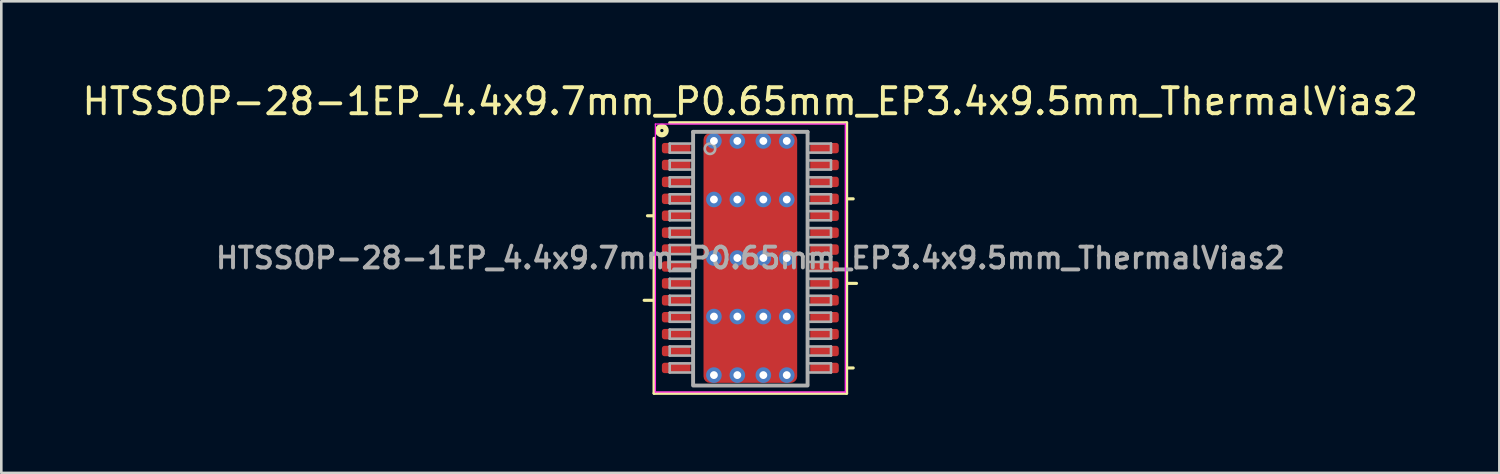
<source format=kicad_pcb>
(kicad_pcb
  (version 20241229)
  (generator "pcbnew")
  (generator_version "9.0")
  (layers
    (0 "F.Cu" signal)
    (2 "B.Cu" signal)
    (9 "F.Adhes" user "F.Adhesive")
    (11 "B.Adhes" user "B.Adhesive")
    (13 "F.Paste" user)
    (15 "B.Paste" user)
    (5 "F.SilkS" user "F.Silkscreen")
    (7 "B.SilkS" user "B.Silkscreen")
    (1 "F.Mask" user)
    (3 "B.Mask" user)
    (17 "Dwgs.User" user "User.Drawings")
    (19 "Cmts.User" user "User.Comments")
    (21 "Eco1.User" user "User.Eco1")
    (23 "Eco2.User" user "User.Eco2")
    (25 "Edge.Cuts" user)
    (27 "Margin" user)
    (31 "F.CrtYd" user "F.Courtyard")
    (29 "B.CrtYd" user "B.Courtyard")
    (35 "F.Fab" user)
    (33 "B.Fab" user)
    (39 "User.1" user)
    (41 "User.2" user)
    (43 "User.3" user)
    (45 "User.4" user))
  (footprint "HTSSOP-28-1EP_4.4x9.7mm_P0.65mm_EP3.4x9.5mm_ThermalVias2"
    (layer "F.Cu")
    (at 25.792 6.868)
    (property "Reference" "HTSSOP-28-1EP_4.4x9.7mm_P0.65mm_EP3.4x9.5mm_ThermalVias2" (at 0 -6.02 0) (layer "F.SilkS") (effects (font (size 1 1) (thickness 0.15))))
    (attr smd)
    (fp_line (start -3.7 -1.625) (end -3.954 -1.625) (stroke (width 0.12) (type solid)) (layer "F.SilkS"))
    (fp_line (start -3.7 1.625) (end -4.081 1.625) (stroke (width 0.12) (type solid)) (layer "F.SilkS"))
    (fp_line (start -3.7 5.2) (end -3.7 -4.6) (stroke (width 0.12) (type solid)) (layer "F.SilkS"))
    (fp_line (start -3.1 -5.2) (end 3.7 -5.2) (stroke (width 0.12) (type solid)) (layer "F.SilkS"))
    (fp_line (start 3.7 -5.2) (end 3.7 5.2) (stroke (width 0.12) (type solid)) (layer "F.SilkS"))
    (fp_line (start 3.7 -2.275) (end 3.954 -2.275) (stroke (width 0.12) (type solid)) (layer "F.SilkS"))
    (fp_line (start 3.7 0.975) (end 4.081 0.975) (stroke (width 0.12) (type solid)) (layer "F.SilkS"))
    (fp_line (start 3.7 4.225) (end 3.954 4.225) (stroke (width 0.12) (type solid)) (layer "F.SilkS"))
    (fp_line (start 3.7 5.2) (end -3.7 5.2) (stroke (width 0.12) (type solid)) (layer "F.SilkS"))
    (fp_circle (center -3.4 -4.9) (end -3.337 -4.9) (stroke (width 0.2) (type solid)) (fill no) (layer "F.SilkS"))
    (fp_line (start -3.65 -5.15) (end -3.65 5.15) (stroke (width 0.05) (type solid)) (layer "F.CrtYd"))
    (fp_line (start -3.65 -5.15) (end 3.65 -5.15) (stroke (width 0.05) (type solid)) (layer "F.CrtYd"))
    (fp_line (start -3.65 5.15) (end 3.65 5.15) (stroke (width 0.05) (type solid)) (layer "F.CrtYd"))
    (fp_line (start 3.65 -5.15) (end 3.65 5.15) (stroke (width 0.05) (type solid)) (layer "F.CrtYd"))
    (fp_line (start -3.1 -4.4) (end -3.1 -4.05) (stroke (width 0.1) (type solid)) (layer "F.Fab"))
    (fp_line (start -3.1 -4.4) (end -2.2 -4.4) (stroke (width 0.1) (type solid)) (layer "F.Fab"))
    (fp_line (start -3.1 -4.05) (end -2.2 -4.05) (stroke (width 0.1) (type solid)) (layer "F.Fab"))
    (fp_line (start -3.1 -3.75) (end -3.1 -3.4) (stroke (width 0.1) (type solid)) (layer "F.Fab"))
    (fp_line (start -3.1 -3.75) (end -2.2 -3.75) (stroke (width 0.1) (type solid)) (layer "F.Fab"))
    (fp_line (start -3.1 -3.4) (end -2.2 -3.4) (stroke (width 0.1) (type solid)) (layer "F.Fab"))
    (fp_line (start -3.1 -3.1) (end -3.1 -2.75) (stroke (width 0.1) (type solid)) (layer "F.Fab"))
    (fp_line (start -3.1 -3.1) (end -2.2 -3.1) (stroke (width 0.1) (type solid)) (layer "F.Fab"))
    (fp_line (start -3.1 -2.75) (end -2.2 -2.75) (stroke (width 0.1) (type solid)) (layer "F.Fab"))
    (fp_line (start -3.1 -2.45) (end -3.1 -2.1) (stroke (width 0.1) (type solid)) (layer "F.Fab"))
    (fp_line (start -3.1 -2.45) (end -2.2 -2.45) (stroke (width 0.1) (type solid)) (layer "F.Fab"))
    (fp_line (start -3.1 -2.1) (end -2.2 -2.1) (stroke (width 0.1) (type solid)) (layer "F.Fab"))
    (fp_line (start -3.1 -1.8) (end -3.1 -1.45) (stroke (width 0.1) (type solid)) (layer "F.Fab"))
    (fp_line (start -3.1 -1.8) (end -2.2 -1.8) (stroke (width 0.1) (type solid)) (layer "F.Fab"))
    (fp_line (start -3.1 -1.45) (end -2.2 -1.45) (stroke (width 0.1) (type solid)) (layer "F.Fab"))
    (fp_line (start -3.1 -1.15) (end -3.1 -0.8) (stroke (width 0.1) (type solid)) (layer "F.Fab"))
    (fp_line (start -3.1 -1.15) (end -2.2 -1.15) (stroke (width 0.1) (type solid)) (layer "F.Fab"))
    (fp_line (start -3.1 -0.8) (end -2.2 -0.8) (stroke (width 0.1) (type solid)) (layer "F.Fab"))
    (fp_line (start -3.1 -0.5) (end -3.1 -0.15) (stroke (width 0.1) (type solid)) (layer "F.Fab"))
    (fp_line (start -3.1 -0.5) (end -2.2 -0.5) (stroke (width 0.1) (type solid)) (layer "F.Fab"))
    (fp_line (start -3.1 -0.15) (end -2.2 -0.15) (stroke (width 0.1) (type solid)) (layer "F.Fab"))
    (fp_line (start -3.1 0.15) (end -3.1 0.5) (stroke (width 0.1) (type solid)) (layer "F.Fab"))
    (fp_line (start -3.1 0.15) (end -2.2 0.15) (stroke (width 0.1) (type solid)) (layer "F.Fab"))
    (fp_line (start -3.1 0.5) (end -2.2 0.5) (stroke (width 0.1) (type solid)) (layer "F.Fab"))
    (fp_line (start -3.1 0.8) (end -3.1 1.15) (stroke (width 0.1) (type solid)) (layer "F.Fab"))
    (fp_line (start -3.1 0.8) (end -2.2 0.8) (stroke (width 0.1) (type solid)) (layer "F.Fab"))
    (fp_line (start -3.1 1.15) (end -2.2 1.15) (stroke (width 0.1) (type solid)) (layer "F.Fab"))
    (fp_line (start -3.1 1.45) (end -3.1 1.8) (stroke (width 0.1) (type solid)) (layer "F.Fab"))
    (fp_line (start -3.1 1.45) (end -2.2 1.45) (stroke (width 0.1) (type solid)) (layer "F.Fab"))
    (fp_line (start -3.1 1.8) (end -2.2 1.8) (stroke (width 0.1) (type solid)) (layer "F.Fab"))
    (fp_line (start -3.1 2.1) (end -3.1 2.45) (stroke (width 0.1) (type solid)) (layer "F.Fab"))
    (fp_line (start -3.1 2.1) (end -2.2 2.1) (stroke (width 0.1) (type solid)) (layer "F.Fab"))
    (fp_line (start -3.1 2.45) (end -2.2 2.45) (stroke (width 0.1) (type solid)) (layer "F.Fab"))
    (fp_line (start -3.1 2.75) (end -3.1 3.1) (stroke (width 0.1) (type solid)) (layer "F.Fab"))
    (fp_line (start -3.1 2.75) (end -2.2 2.75) (stroke (width 0.1) (type solid)) (layer "F.Fab"))
    (fp_line (start -3.1 3.1) (end -2.2 3.1) (stroke (width 0.1) (type solid)) (layer "F.Fab"))
    (fp_line (start -3.1 3.4) (end -3.1 3.75) (stroke (width 0.1) (type solid)) (layer "F.Fab"))
    (fp_line (start -3.1 3.4) (end -2.2 3.4) (stroke (width 0.1) (type solid)) (layer "F.Fab"))
    (fp_line (start -3.1 3.75) (end -2.2 3.75) (stroke (width 0.1) (type solid)) (layer "F.Fab"))
    (fp_line (start -3.1 4.05) (end -3.1 4.4) (stroke (width 0.1) (type solid)) (layer "F.Fab"))
    (fp_line (start -3.1 4.05) (end -2.2 4.05) (stroke (width 0.1) (type solid)) (layer "F.Fab"))
    (fp_line (start -3.1 4.4) (end -2.2 4.4) (stroke (width 0.1) (type solid)) (layer "F.Fab"))
    (fp_line (start -2.2 -4.85) (end 2.2 -4.85) (stroke (width 0.15) (type solid)) (layer "F.Fab"))
    (fp_line (start -2.2 4.85) (end -2.2 -4.85) (stroke (width 0.15) (type solid)) (layer "F.Fab"))
    (fp_line (start 2.2 -4.85) (end 2.2 4.85) (stroke (width 0.15) (type solid)) (layer "F.Fab"))
    (fp_line (start 2.2 4.901) (end -2.2 4.901) (stroke (width 0.15) (type solid)) (layer "F.Fab"))
    (fp_line (start 3.1 -4.4) (end 2.2 -4.4) (stroke (width 0.1) (type solid)) (layer "F.Fab"))
    (fp_line (start 3.1 -4.05) (end 2.2 -4.05) (stroke (width 0.1) (type solid)) (layer "F.Fab"))
    (fp_line (start 3.1 -4.05) (end 3.1 -4.4) (stroke (width 0.1) (type solid)) (layer "F.Fab"))
    (fp_line (start 3.1 -3.75) (end 2.2 -3.75) (stroke (width 0.1) (type solid)) (layer "F.Fab"))
    (fp_line (start 3.1 -3.4) (end 2.2 -3.4) (stroke (width 0.1) (type solid)) (layer "F.Fab"))
    (fp_line (start 3.1 -3.4) (end 3.1 -3.75) (stroke (width 0.1) (type solid)) (layer "F.Fab"))
    (fp_line (start 3.1 -3.1) (end 2.2 -3.1) (stroke (width 0.1) (type solid)) (layer "F.Fab"))
    (fp_line (start 3.1 -2.75) (end 2.2 -2.75) (stroke (width 0.1) (type solid)) (layer "F.Fab"))
    (fp_line (start 3.1 -2.75) (end 3.1 -3.1) (stroke (width 0.1) (type solid)) (layer "F.Fab"))
    (fp_line (start 3.1 -2.45) (end 2.2 -2.45) (stroke (width 0.1) (type solid)) (layer "F.Fab"))
    (fp_line (start 3.1 -2.1) (end 2.2 -2.1) (stroke (width 0.1) (type solid)) (layer "F.Fab"))
    (fp_line (start 3.1 -2.1) (end 3.1 -2.45) (stroke (width 0.1) (type solid)) (layer "F.Fab"))
    (fp_line (start 3.1 -1.8) (end 2.2 -1.8) (stroke (width 0.1) (type solid)) (layer "F.Fab"))
    (fp_line (start 3.1 -1.45) (end 2.2 -1.45) (stroke (width 0.1) (type solid)) (layer "F.Fab"))
    (fp_line (start 3.1 -1.45) (end 3.1 -1.8) (stroke (width 0.1) (type solid)) (layer "F.Fab"))
    (fp_line (start 3.1 -1.15) (end 2.2 -1.15) (stroke (width 0.1) (type solid)) (layer "F.Fab"))
    (fp_line (start 3.1 -0.8) (end 2.2 -0.8) (stroke (width 0.1) (type solid)) (layer "F.Fab"))
    (fp_line (start 3.1 -0.8) (end 3.1 -1.15) (stroke (width 0.1) (type solid)) (layer "F.Fab"))
    (fp_line (start 3.1 -0.5) (end 2.2 -0.5) (stroke (width 0.1) (type solid)) (layer "F.Fab"))
    (fp_line (start 3.1 -0.15) (end 2.2 -0.15) (stroke (width 0.1) (type solid)) (layer "F.Fab"))
    (fp_line (start 3.1 -0.15) (end 3.1 -0.5) (stroke (width 0.1) (type solid)) (layer "F.Fab"))
    (fp_line (start 3.1 0.15) (end 2.2 0.15) (stroke (width 0.1) (type solid)) (layer "F.Fab"))
    (fp_line (start 3.1 0.5) (end 2.2 0.5) (stroke (width 0.1) (type solid)) (layer "F.Fab"))
    (fp_line (start 3.1 0.5) (end 3.1 0.15) (stroke (width 0.1) (type solid)) (layer "F.Fab"))
    (fp_line (start 3.1 0.8) (end 2.2 0.8) (stroke (width 0.1) (type solid)) (layer "F.Fab"))
    (fp_line (start 3.1 1.15) (end 2.2 1.15) (stroke (width 0.1) (type solid)) (layer "F.Fab"))
    (fp_line (start 3.1 1.15) (end 3.1 0.8) (stroke (width 0.1) (type solid)) (layer "F.Fab"))
    (fp_line (start 3.1 1.45) (end 2.2 1.45) (stroke (width 0.1) (type solid)) (layer "F.Fab"))
    (fp_line (start 3.1 1.8) (end 2.2 1.8) (stroke (width 0.1) (type solid)) (layer "F.Fab"))
    (fp_line (start 3.1 1.8) (end 3.1 1.45) (stroke (width 0.1) (type solid)) (layer "F.Fab"))
    (fp_line (start 3.1 2.1) (end 2.2 2.1) (stroke (width 0.1) (type solid)) (layer "F.Fab"))
    (fp_line (start 3.1 2.45) (end 2.2 2.45) (stroke (width 0.1) (type solid)) (layer "F.Fab"))
    (fp_line (start 3.1 2.45) (end 3.1 2.1) (stroke (width 0.1) (type solid)) (layer "F.Fab"))
    (fp_line (start 3.1 2.75) (end 2.2 2.75) (stroke (width 0.1) (type solid)) (layer "F.Fab"))
    (fp_line (start 3.1 3.1) (end 2.2 3.1) (stroke (width 0.1) (type solid)) (layer "F.Fab"))
    (fp_line (start 3.1 3.1) (end 3.1 2.75) (stroke (width 0.1) (type solid)) (layer "F.Fab"))
    (fp_line (start 3.1 3.4) (end 2.2 3.4) (stroke (width 0.1) (type solid)) (layer "F.Fab"))
    (fp_line (start 3.1 3.75) (end 2.2 3.75) (stroke (width 0.1) (type solid)) (layer "F.Fab"))
    (fp_line (start 3.1 3.75) (end 3.1 3.4) (stroke (width 0.1) (type solid)) (layer "F.Fab"))
    (fp_line (start 3.1 4.05) (end 2.2 4.05) (stroke (width 0.1) (type solid)) (layer "F.Fab"))
    (fp_line (start 3.1 4.4) (end 2.2 4.4) (stroke (width 0.1) (type solid)) (layer "F.Fab"))
    (fp_line (start 3.1 4.4) (end 3.1 4.05) (stroke (width 0.1) (type solid)) (layer "F.Fab"))
    (fp_circle (center -1.55 -4.2) (end -1.35 -4.2) (stroke (width 0.1) (type solid)) (fill no) (layer "F.Fab"))
    (fp_text user "${REFERENCE}" (at 0 0 0) (layer "F.Fab") (effects (font (size 0.8 0.8) (thickness 0.15))))
    (pad "" smd roundrect (at -0.8 -3.375) (size 1.4 1.25) (layers "F.Paste") (roundrect_rratio 0.2))
    (pad "" smd roundrect (at -0.8 -1.125) (size 1.4 1.25) (layers "F.Paste") (roundrect_rratio 0.2))
    (pad "" smd roundrect (at -0.8 1.125) (size 1.4 1.25) (layers "F.Paste") (roundrect_rratio 0.2))
    (pad "" smd roundrect (at -0.8 3.375) (size 1.4 1.25) (layers "F.Paste") (roundrect_rratio 0.2))
    (pad "" smd roundrect (at 0 -3.375) (size 3.4 1.65) (layers "F.Mask") (roundrect_rratio 0.152))
    (pad "" smd roundrect (at 0 -1.125) (size 3.4 1.65) (layers "F.Mask") (roundrect_rratio 0.152))
    (pad "" smd roundrect (at 0 1.125) (size 3.4 1.65) (layers "F.Mask") (roundrect_rratio 0.152))
    (pad "" smd roundrect (at 0 3.375) (size 3.4 1.65) (layers "F.Mask") (roundrect_rratio 0.152))
    (pad "" smd roundrect (at 0.8 -3.375) (size 1.4 1.25) (layers "F.Paste") (roundrect_rratio 0.2))
    (pad "" smd roundrect (at 0.8 -1.125) (size 1.4 1.25) (layers "F.Paste") (roundrect_rratio 0.2))
    (pad "" smd roundrect (at 0.8 1.125) (size 1.4 1.25) (layers "F.Paste") (roundrect_rratio 0.2))
    (pad "" smd roundrect (at 0.8 3.375) (size 1.4 1.25) (layers "F.Paste") (roundrect_rratio 0.2))
    (pad "1" smd roundrect (at -2.85 -4.225) (size 1.1 0.4) (layers "F.Cu" "F.Mask" "F.Paste") (roundrect_rratio 0.25))
    (pad "2" smd roundrect (at -2.85 -3.575) (size 1.1 0.4) (layers "F.Cu" "F.Mask" "F.Paste") (roundrect_rratio 0.25))
    (pad "3" smd roundrect (at -2.85 -2.925) (size 1.1 0.4) (layers "F.Cu" "F.Mask" "F.Paste") (roundrect_rratio 0.25))
    (pad "4" smd roundrect (at -2.85 -2.275) (size 1.1 0.4) (layers "F.Cu" "F.Mask" "F.Paste") (roundrect_rratio 0.25))
    (pad "5" smd roundrect (at -2.85 -1.625) (size 1.1 0.4) (layers "F.Cu" "F.Mask" "F.Paste") (roundrect_rratio 0.25))
    (pad "6" smd roundrect (at -2.85 -0.975) (size 1.1 0.4) (layers "F.Cu" "F.Mask" "F.Paste") (roundrect_rratio 0.25))
    (pad "7" smd roundrect (at -2.85 -0.325) (size 1.1 0.4) (layers "F.Cu" "F.Mask" "F.Paste") (roundrect_rratio 0.25))
    (pad "8" smd roundrect (at -2.85 0.325) (size 1.1 0.4) (layers "F.Cu" "F.Mask" "F.Paste") (roundrect_rratio 0.25))
    (pad "9" smd roundrect (at -2.85 0.975) (size 1.1 0.4) (layers "F.Cu" "F.Mask" "F.Paste") (roundrect_rratio 0.25))
    (pad "10" smd roundrect (at -2.85 1.625) (size 1.1 0.4) (layers "F.Cu" "F.Mask" "F.Paste") (roundrect_rratio 0.25))
    (pad "11" smd roundrect (at -2.85 2.275) (size 1.1 0.4) (layers "F.Cu" "F.Mask" "F.Paste") (roundrect_rratio 0.25))
    (pad "12" smd roundrect (at -2.85 2.925) (size 1.1 0.4) (layers "F.Cu" "F.Mask" "F.Paste") (roundrect_rratio 0.25))
    (pad "13" smd roundrect (at -2.85 3.575) (size 1.1 0.4) (layers "F.Cu" "F.Mask" "F.Paste") (roundrect_rratio 0.25))
    (pad "14" smd roundrect (at -2.85 4.225) (size 1.1 0.4) (layers "F.Cu" "F.Mask" "F.Paste") (roundrect_rratio 0.25))
    (pad "15" smd roundrect (at 2.85 4.225) (size 1.1 0.4) (layers "F.Cu" "F.Mask" "F.Paste") (roundrect_rratio 0.25))
    (pad "16" smd roundrect (at 2.85 3.575) (size 1.1 0.4) (layers "F.Cu" "F.Mask" "F.Paste") (roundrect_rratio 0.25))
    (pad "17" smd roundrect (at 2.85 2.925) (size 1.1 0.4) (layers "F.Cu" "F.Mask" "F.Paste") (roundrect_rratio 0.25))
    (pad "18" smd roundrect (at 2.85 2.275) (size 1.1 0.4) (layers "F.Cu" "F.Mask" "F.Paste") (roundrect_rratio 0.25))
    (pad "19" smd roundrect (at 2.85 1.625) (size 1.1 0.4) (layers "F.Cu" "F.Mask" "F.Paste") (roundrect_rratio 0.25))
    (pad "20" smd roundrect (at 2.85 0.975) (size 1.1 0.4) (layers "F.Cu" "F.Mask" "F.Paste") (roundrect_rratio 0.25))
    (pad "21" smd roundrect (at 2.85 0.325) (size 1.1 0.4) (layers "F.Cu" "F.Mask" "F.Paste") (roundrect_rratio 0.25))
    (pad "22" smd roundrect (at 2.85 -0.325) (size 1.1 0.4) (layers "F.Cu" "F.Mask" "F.Paste") (roundrect_rratio 0.25))
    (pad "23" smd roundrect (at 2.85 -0.975) (size 1.1 0.4) (layers "F.Cu" "F.Mask" "F.Paste") (roundrect_rratio 0.25))
    (pad "24" smd roundrect (at 2.85 -1.625) (size 1.1 0.4) (layers "F.Cu" "F.Mask" "F.Paste") (roundrect_rratio 0.25))
    (pad "25" smd roundrect (at 2.85 -2.275) (size 1.1 0.4) (layers "F.Cu" "F.Mask" "F.Paste") (roundrect_rratio 0.25))
    (pad "26" smd roundrect (at 2.85 -2.925) (size 1.1 0.4) (layers "F.Cu" "F.Mask" "F.Paste") (roundrect_rratio 0.25))
    (pad "27" smd roundrect (at 2.85 -3.575) (size 1.1 0.4) (layers "F.Cu" "F.Mask" "F.Paste") (roundrect_rratio 0.25))
    (pad "28" smd roundrect (at 2.85 -4.225) (size 1.1 0.4) (layers "F.Cu" "F.Mask" "F.Paste") (roundrect_rratio 0.25))
    (pad "29" thru_hole circle (at -1.4 -4.5) (size 0.6 0.6) (drill 0.3) (property pad_prop_heatsink) (layers "*.Cu" "*.Mask"))
    (pad "29" thru_hole circle (at -1.4 -2.25) (size 0.6 0.6) (drill 0.3) (property pad_prop_heatsink) (layers "*.Cu" "*.Mask"))
    (pad "29" thru_hole circle (at -1.4 0) (size 0.6 0.6) (drill 0.3) (property pad_prop_heatsink) (layers "*.Cu" "*.Mask"))
    (pad "29" thru_hole circle (at -1.4 2.25) (size 0.6 0.6) (drill 0.3) (property pad_prop_heatsink) (layers "*.Cu" "*.Mask"))
    (pad "29" thru_hole circle (at -1.4 4.5) (size 0.6 0.6) (drill 0.3) (property pad_prop_heatsink) (layers "*.Cu" "*.Mask"))
    (pad "29" thru_hole circle (at -0.5 -4.5) (size 0.6 0.6) (drill 0.3) (property pad_prop_heatsink) (layers "*.Cu" "*.Mask"))
    (pad "29" thru_hole circle (at -0.5 -2.25) (size 0.6 0.6) (drill 0.3) (property pad_prop_heatsink) (layers "*.Cu" "*.Mask"))
    (pad "29" thru_hole circle (at -0.5 0) (size 0.6 0.6) (drill 0.3) (property pad_prop_heatsink) (layers "*.Cu" "*.Mask"))
    (pad "29" thru_hole circle (at -0.5 2.25) (size 0.6 0.6) (drill 0.3) (property pad_prop_heatsink) (layers "*.Cu" "*.Mask"))
    (pad "29" thru_hole circle (at -0.5 4.5) (size 0.6 0.6) (drill 0.3) (property pad_prop_heatsink) (layers "*.Cu" "*.Mask"))
    (pad "29" smd roundrect (at 0 0) (size 3.6 9.6) (layers "F.Cu") (roundrect_rratio 0.069))
    (pad "29" thru_hole circle (at 0.5 -4.5) (size 0.6 0.6) (drill 0.3) (property pad_prop_heatsink) (layers "*.Cu" "*.Mask"))
    (pad "29" thru_hole circle (at 0.5 -2.25) (size 0.6 0.6) (drill 0.3) (property pad_prop_heatsink) (layers "*.Cu" "*.Mask"))
    (pad "29" thru_hole circle (at 0.5 0) (size 0.6 0.6) (drill 0.3) (property pad_prop_heatsink) (layers "*.Cu" "*.Mask"))
    (pad "29" thru_hole circle (at 0.5 2.25) (size 0.6 0.6) (drill 0.3) (property pad_prop_heatsink) (layers "*.Cu" "*.Mask"))
    (pad "29" thru_hole circle (at 0.5 4.5) (size 0.6 0.6) (drill 0.3) (property pad_prop_heatsink) (layers "*.Cu" "*.Mask"))
    (pad "29" thru_hole circle (at 1.4 -4.5) (size 0.6 0.6) (drill 0.3) (property pad_prop_heatsink) (layers "*.Cu" "*.Mask"))
    (pad "29" thru_hole circle (at 1.4 -2.25) (size 0.6 0.6) (drill 0.3) (property pad_prop_heatsink) (layers "*.Cu" "*.Mask"))
    (pad "29" thru_hole circle (at 1.4 0) (size 0.6 0.6) (drill 0.3) (property pad_prop_heatsink) (layers "*.Cu" "*.Mask"))
    (pad "29" thru_hole circle (at 1.4 2.25) (size 0.6 0.6) (drill 0.3) (property pad_prop_heatsink) (layers "*.Cu" "*.Mask"))
    (pad "29" thru_hole circle (at 1.4 4.5) (size 0.6 0.6) (drill 0.3) (property pad_prop_heatsink) (layers "*.Cu" "*.Mask")))
  (gr_rect
    (start -3 -3)
    (end 54.583 15.128)
    (stroke (width 0.1) (type default))
    (fill no)
    (layer "Edge.Cuts")))
</source>
